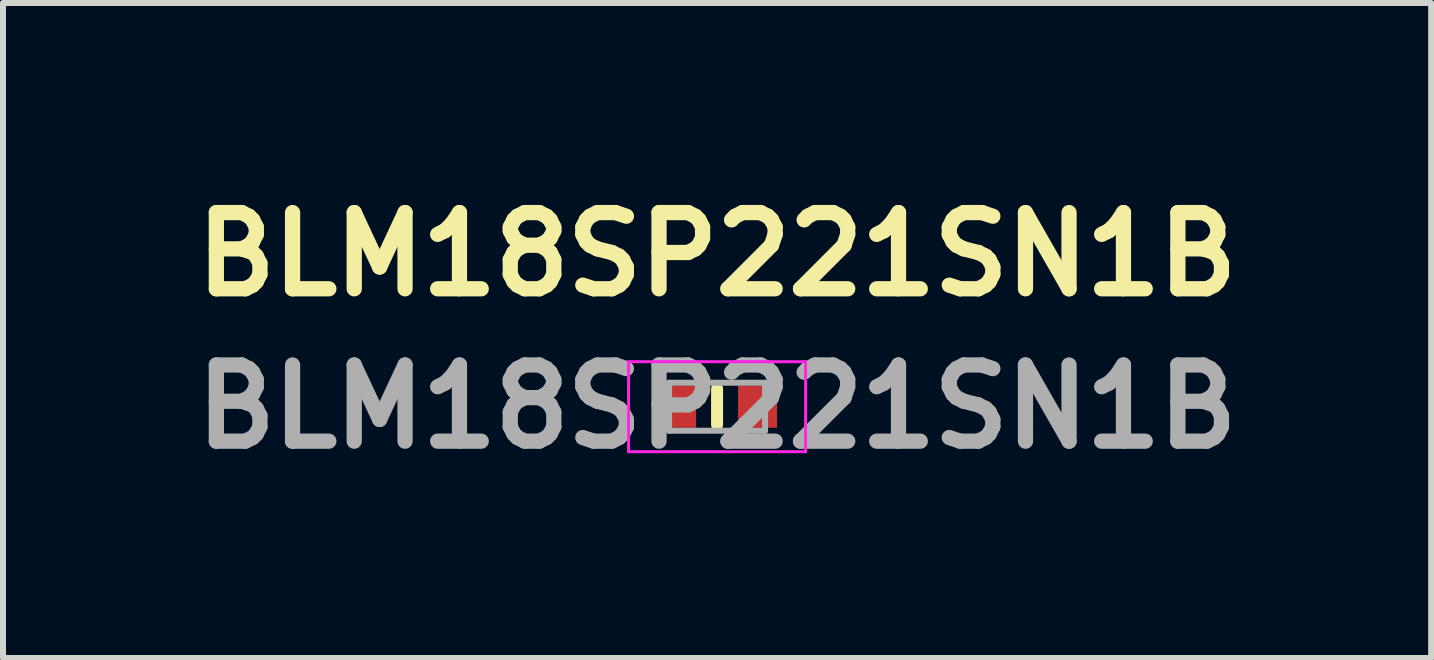
<source format=kicad_pcb>
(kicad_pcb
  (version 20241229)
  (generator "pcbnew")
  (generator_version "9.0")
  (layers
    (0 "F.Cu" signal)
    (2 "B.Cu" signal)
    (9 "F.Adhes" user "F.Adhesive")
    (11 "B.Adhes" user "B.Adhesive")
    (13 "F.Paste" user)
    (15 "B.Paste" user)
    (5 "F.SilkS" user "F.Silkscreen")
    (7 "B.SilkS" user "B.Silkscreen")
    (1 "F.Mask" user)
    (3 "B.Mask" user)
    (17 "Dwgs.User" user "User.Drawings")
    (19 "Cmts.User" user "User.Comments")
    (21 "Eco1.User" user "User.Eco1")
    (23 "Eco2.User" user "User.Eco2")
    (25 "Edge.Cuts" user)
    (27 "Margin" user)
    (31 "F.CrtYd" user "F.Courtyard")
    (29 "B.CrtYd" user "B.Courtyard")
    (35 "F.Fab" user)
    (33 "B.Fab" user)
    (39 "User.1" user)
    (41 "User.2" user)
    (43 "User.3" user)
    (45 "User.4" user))
  (footprint "BLM18SP221SN1B"
    (layer "F.Cu")
    (at 8.902 3.729)
    (property "Reference" "BLM18SP221SN1B" (at 0 -2.54 0) (layer "F.SilkS") (effects (font (size 1.27 1.27) (thickness 0.254))))
    (attr smd)
    (fp_line (start 0 -0.3) (end 0 0.3) (stroke (width 0.2) (type solid)) (layer "F.SilkS"))
    (fp_line (start -1.475 -0.75) (end 1.475 -0.75) (stroke (width 0.05) (type solid)) (layer "F.CrtYd"))
    (fp_line (start -1.475 0.75) (end -1.475 -0.75) (stroke (width 0.05) (type solid)) (layer "F.CrtYd"))
    (fp_line (start 1.475 -0.75) (end 1.475 0.75) (stroke (width 0.05) (type solid)) (layer "F.CrtYd"))
    (fp_line (start 1.475 0.75) (end -1.475 0.75) (stroke (width 0.05) (type solid)) (layer "F.CrtYd"))
    (fp_line (start -0.8 -0.4) (end 0.8 -0.4) (stroke (width 0.1) (type solid)) (layer "F.Fab"))
    (fp_line (start -0.8 0.4) (end -0.8 -0.4) (stroke (width 0.1) (type solid)) (layer "F.Fab"))
    (fp_line (start 0.8 -0.4) (end 0.8 0.4) (stroke (width 0.1) (type solid)) (layer "F.Fab"))
    (fp_line (start 0.8 0.4) (end -0.8 0.4) (stroke (width 0.1) (type solid)) (layer "F.Fab"))
    (fp_text user "${REFERENCE}" (at 0 0 0) (layer "F.Fab") (effects (font (size 1.27 1.27) (thickness 0.254))))
    (pad "1" smd rect (at -0.675 0) (size 0.65 0.7) (layers "F.Cu" "F.Mask" "F.Paste"))
    (pad "2" smd rect (at 0.675 0) (size 0.65 0.7) (layers "F.Cu" "F.Mask" "F.Paste")))
  (gr_rect
    (start -3 -3)
    (end 20.804 7.917)
    (stroke (width 0.1) (type default))
    (fill no)
    (layer "Edge.Cuts")))
</source>
